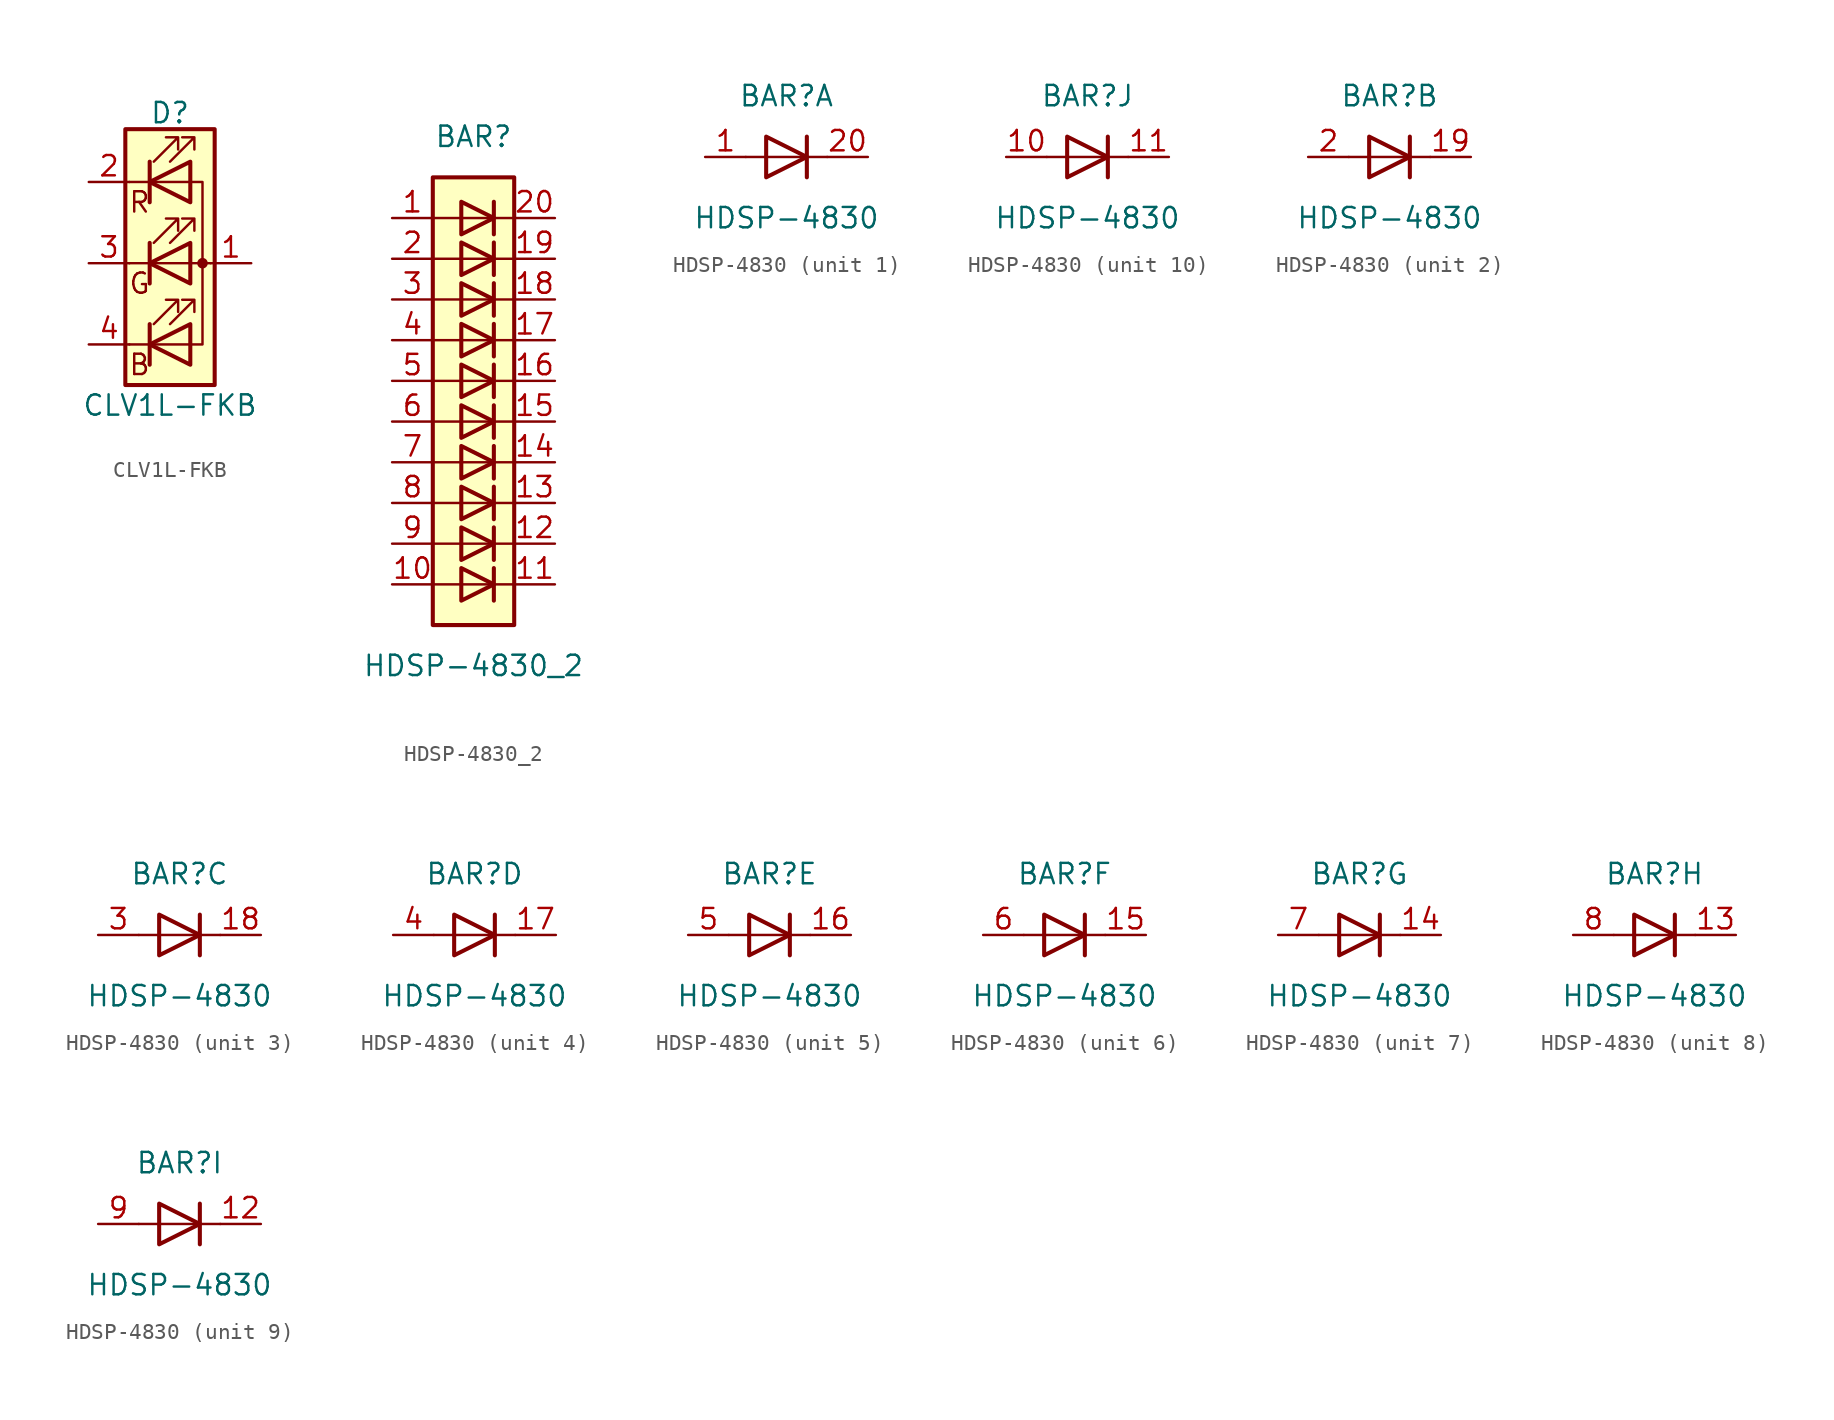
<source format=kicad_sym>
(kicad_symbol_lib
  (version 20201005)
  (generator kicad_symbol_editor)
  (symbol "CLV1L-FKB"
    (pin_names
      (offset 0) hide)
    (property "Reference" "D"
      (at 0 9.398 0)
      (effects (font (size 1.27 1.27))))
    (property "Value" "CLV1L-FKB"
      (at 0 -8.89 0)
      (effects (font (size 1.27 1.27))))
    (symbol "CLV1L-FKB_0_0"
      (text "B" (at -1.905 -6.35 0) (effects (font (size 1.27 1.27))))
      (text "G" (at -1.905 -1.27 0) (effects (font (size 1.27 1.27))))
      (text "R" (at -1.905 3.81 0) (effects (font (size 1.27 1.27)))))
    (symbol "CLV1L-FKB_0_1"
      (circle (center 2.032 0) (radius 0.254) (stroke (width 0)) (fill (type outline)))
      (rectangle (start 1.27 6.35) (end 1.27 6.35) (stroke (width 0)) (fill (type none)))
      (rectangle (start 2.794 8.382) (end -2.794 -7.62) (stroke (width 0.254)) (fill (type background)))
      (polyline (pts (xy -2.54 -5.08) (xy 1.27 -5.08)) (stroke (width 0)) (fill (type none)))
      (polyline (pts (xy -1.27 -3.81) (xy -1.27 -6.35)) (stroke (width 0.254)) (fill (type none)))
      (polyline (pts (xy -1.27 1.27) (xy -1.27 -1.27)) (stroke (width 0.254)) (fill (type none)))
      (polyline (pts (xy -1.27 6.35) (xy -1.27 3.81)) (stroke (width 0.254)) (fill (type none)))
      (polyline (pts (xy 1.27 5.08) (xy -2.54 5.08)) (stroke (width 0)) (fill (type none)))
      (polyline (pts (xy 2.54 0) (xy -2.54 0)) (stroke (width 0)) (fill (type none)))
      (polyline (pts (xy 1.27 -5.08) (xy 2.032 -5.08) (xy 2.032 5.08) (xy 1.27 5.08)) (stroke (width 0)) (fill (type none)))
      (polyline (pts (xy 1.27 -3.81) (xy 1.27 -6.35) (xy -1.27 -5.08) (xy 1.27 -3.81)) (stroke (width 0.254)) (fill (type none)))
      (polyline (pts (xy 1.27 1.27) (xy 1.27 -1.27) (xy -1.27 0) (xy 1.27 1.27)) (stroke (width 0.254)) (fill (type none)))
      (polyline (pts (xy 1.27 6.35) (xy 1.27 3.81) (xy -1.27 5.08) (xy 1.27 6.35)) (stroke (width 0.254)) (fill (type none)))
      (polyline (pts (xy -1.016 -3.81) (xy 0.508 -2.286) (xy -0.254 -2.286) (xy 0.508 -2.286) (xy 0.508 -3.048)) (stroke (width 0)) (fill (type none)))
      (polyline (pts (xy -1.016 1.27) (xy 0.508 2.794) (xy -0.254 2.794) (xy 0.508 2.794) (xy 0.508 2.032)) (stroke (width 0)) (fill (type none)))
      (polyline (pts (xy -1.016 6.35) (xy 0.508 7.874) (xy -0.254 7.874) (xy 0.508 7.874) (xy 0.508 7.112)) (stroke (width 0)) (fill (type none)))
      (polyline (pts (xy 0 -3.81) (xy 1.524 -2.286) (xy 0.762 -2.286) (xy 1.524 -2.286) (xy 1.524 -3.048)) (stroke (width 0)) (fill (type none)))
      (polyline (pts (xy 0 1.27) (xy 1.524 2.794) (xy 0.762 2.794) (xy 1.524 2.794) (xy 1.524 2.032)) (stroke (width 0)) (fill (type none)))
      (polyline (pts (xy 0 6.35) (xy 1.524 7.874) (xy 0.762 7.874) (xy 1.524 7.874) (xy 1.524 7.112)) (stroke (width 0)) (fill (type none))))
    (symbol "CLV1L-FKB_1_1"
      (pin passive line (at 5.08 0 180) (length 2.54) (name "A" (effects (font (size 1.27 1.27)))) (number "1" (effects (font (size 1.27 1.27)))))
      (pin passive line (at -5.08 5.08 0) (length 2.54) (name "RK" (effects (font (size 1.27 1.27)))) (number "2" (effects (font (size 1.27 1.27)))))
      (pin passive line (at -5.08 0 0) (length 2.54) (name "GK" (effects (font (size 1.27 1.27)))) (number "3" (effects (font (size 1.27 1.27)))))
      (pin passive line (at -5.08 -5.08 0) (length 2.54) (name "BK" (effects (font (size 1.27 1.27)))) (number "4" (effects (font (size 1.27 1.27)))))))
  (symbol "HDSP-4830_2"
    (pin_names
      (offset 1.016) hide)
    (property "Reference" "BAR"
      (at 0 15.24 0)
      (effects (font (size 1.27 1.27))))
    (property "Value" "HDSP-4830_2"
      (at 0 -17.78 0)
      (effects (font (size 1.27 1.27))))
    (symbol "HDSP-4830_2_0_1"
      (rectangle (start -2.54 12.7) (end 2.54 -15.24) (stroke (width 0.254)) (fill (type background)))
      (polyline (pts (xy -2.54 -12.7) (xy 2.54 -12.7)) (stroke (width 0)) (fill (type none)))
      (polyline (pts (xy -2.54 -10.16) (xy 2.54 -10.16)) (stroke (width 0)) (fill (type none)))
      (polyline (pts (xy -2.54 -7.62) (xy 2.54 -7.62)) (stroke (width 0)) (fill (type none)))
      (polyline (pts (xy -2.54 -5.08) (xy 2.54 -5.08)) (stroke (width 0)) (fill (type none)))
      (polyline (pts (xy -2.54 0) (xy 2.54 0)) (stroke (width 0)) (fill (type none)))
      (polyline (pts (xy -2.54 5.08) (xy 2.54 5.08)) (stroke (width 0)) (fill (type none)))
      (polyline (pts (xy -2.54 7.62) (xy 2.54 7.62)) (stroke (width 0)) (fill (type none)))
      (polyline (pts (xy -2.54 10.16) (xy 2.54 10.16)) (stroke (width 0)) (fill (type none)))
      (polyline (pts (xy 1.27 -11.684) (xy 1.27 -13.716)) (stroke (width 0.254)) (fill (type none)))
      (polyline (pts (xy 1.27 -9.144) (xy 1.27 -11.176)) (stroke (width 0.254)) (fill (type none)))
      (polyline (pts (xy 1.27 -6.604) (xy 1.27 -8.636)) (stroke (width 0.254)) (fill (type none)))
      (polyline (pts (xy 1.27 -4.064) (xy 1.27 -6.096)) (stroke (width 0.254)) (fill (type none)))
      (polyline (pts (xy 1.27 -1.524) (xy 1.27 -3.556)) (stroke (width 0.254)) (fill (type none)))
      (polyline (pts (xy 1.27 1.016) (xy 1.27 -1.016)) (stroke (width 0.254)) (fill (type none)))
      (polyline (pts (xy 1.27 3.556) (xy 1.27 1.524)) (stroke (width 0.254)) (fill (type none)))
      (polyline (pts (xy 1.27 6.096) (xy 1.27 4.064)) (stroke (width 0.254)) (fill (type none)))
      (polyline (pts (xy 1.27 8.636) (xy 1.27 6.604)) (stroke (width 0.254)) (fill (type none)))
      (polyline (pts (xy 1.27 11.176) (xy 1.27 9.144)) (stroke (width 0.254)) (fill (type none)))
      (polyline (pts (xy 2.54 -2.54) (xy -2.54 -2.54)) (stroke (width 0)) (fill (type none)))
      (polyline (pts (xy 2.54 2.54) (xy -2.54 2.54)) (stroke (width 0)) (fill (type none)))
      (polyline (pts (xy -0.762 -11.684) (xy -0.762 -13.716) (xy 1.27 -12.7) (xy -0.762 -11.684)) (stroke (width 0.254)) (fill (type none)))
      (polyline (pts (xy -0.762 -9.144) (xy -0.762 -11.176) (xy 1.27 -10.16) (xy -0.762 -9.144)) (stroke (width 0.254)) (fill (type none)))
      (polyline (pts (xy -0.762 -6.604) (xy -0.762 -8.636) (xy 1.27 -7.62) (xy -0.762 -6.604)) (stroke (width 0.254)) (fill (type none)))
      (polyline (pts (xy -0.762 -4.064) (xy -0.762 -6.096) (xy 1.27 -5.08) (xy -0.762 -4.064)) (stroke (width 0.254)) (fill (type none)))
      (polyline (pts (xy -0.762 -1.524) (xy -0.762 -3.556) (xy 1.27 -2.54) (xy -0.762 -1.524)) (stroke (width 0.254)) (fill (type none)))
      (polyline (pts (xy -0.762 1.016) (xy -0.762 -1.016) (xy 1.27 0) (xy -0.762 1.016)) (stroke (width 0.254)) (fill (type none)))
      (polyline (pts (xy -0.762 3.556) (xy -0.762 1.524) (xy 1.27 2.54) (xy -0.762 3.556)) (stroke (width 0.254)) (fill (type none)))
      (polyline (pts (xy -0.762 6.096) (xy -0.762 4.064) (xy 1.27 5.08) (xy -0.762 6.096)) (stroke (width 0.254)) (fill (type none)))
      (polyline (pts (xy -0.762 8.636) (xy -0.762 6.604) (xy 1.27 7.62) (xy -0.762 8.636)) (stroke (width 0.254)) (fill (type none)))
      (polyline (pts (xy -0.762 11.176) (xy -0.762 9.144) (xy 1.27 10.16) (xy -0.762 11.176)) (stroke (width 0.254)) (fill (type none))))
    (symbol "HDSP-4830_2_1_1"
      (pin passive line (at -5.08 10.16 0) (length 2.54) (name "A" (effects (font (size 1.27 1.27)))) (number "1" (effects (font (size 1.27 1.27)))))
      (pin passive line (at -5.08 -12.7 0) (length 2.54) (name "A" (effects (font (size 1.27 1.27)))) (number "10" (effects (font (size 1.27 1.27)))))
      (pin passive line (at 5.08 -12.7 180) (length 2.54) (name "K" (effects (font (size 1.27 1.27)))) (number "11" (effects (font (size 1.27 1.27)))))
      (pin passive line (at 5.08 -10.16 180) (length 2.54) (name "K" (effects (font (size 1.27 1.27)))) (number "12" (effects (font (size 1.27 1.27)))))
      (pin passive line (at 5.08 -7.62 180) (length 2.54) (name "K" (effects (font (size 1.27 1.27)))) (number "13" (effects (font (size 1.27 1.27)))))
      (pin passive line (at 5.08 -5.08 180) (length 2.54) (name "K" (effects (font (size 1.27 1.27)))) (number "14" (effects (font (size 1.27 1.27)))))
      (pin passive line (at 5.08 -2.54 180) (length 2.54) (name "K" (effects (font (size 1.27 1.27)))) (number "15" (effects (font (size 1.27 1.27)))))
      (pin passive line (at 5.08 0 180) (length 2.54) (name "K" (effects (font (size 1.27 1.27)))) (number "16" (effects (font (size 1.27 1.27)))))
      (pin passive line (at 5.08 2.54 180) (length 2.54) (name "K" (effects (font (size 1.27 1.27)))) (number "17" (effects (font (size 1.27 1.27)))))
      (pin passive line (at 5.08 5.08 180) (length 2.54) (name "K" (effects (font (size 1.27 1.27)))) (number "18" (effects (font (size 1.27 1.27)))))
      (pin passive line (at 5.08 7.62 180) (length 2.54) (name "K" (effects (font (size 1.27 1.27)))) (number "19" (effects (font (size 1.27 1.27)))))
      (pin passive line (at -5.08 7.62 0) (length 2.54) (name "A" (effects (font (size 1.27 1.27)))) (number "2" (effects (font (size 1.27 1.27)))))
      (pin passive line (at 5.08 10.16 180) (length 2.54) (name "K" (effects (font (size 1.27 1.27)))) (number "20" (effects (font (size 1.27 1.27)))))
      (pin passive line (at -5.08 5.08 0) (length 2.54) (name "A" (effects (font (size 1.27 1.27)))) (number "3" (effects (font (size 1.27 1.27)))))
      (pin passive line (at -5.08 2.54 0) (length 2.54) (name "A" (effects (font (size 1.27 1.27)))) (number "4" (effects (font (size 1.27 1.27)))))
      (pin passive line (at -5.08 0 0) (length 2.54) (name "A" (effects (font (size 1.27 1.27)))) (number "5" (effects (font (size 1.27 1.27)))))
      (pin passive line (at -5.08 -2.54 0) (length 2.54) (name "A" (effects (font (size 1.27 1.27)))) (number "6" (effects (font (size 1.27 1.27)))))
      (pin passive line (at -5.08 -5.08 0) (length 2.54) (name "A" (effects (font (size 1.27 1.27)))) (number "7" (effects (font (size 1.27 1.27)))))
      (pin passive line (at -5.08 -7.62 0) (length 2.54) (name "A" (effects (font (size 1.27 1.27)))) (number "8" (effects (font (size 1.27 1.27)))))
      (pin passive line (at -5.08 -10.16 0) (length 2.54) (name "A" (effects (font (size 1.27 1.27)))) (number "9" (effects (font (size 1.27 1.27)))))))
  (symbol "HDSP-4830"
    (pin_names
      (offset 1.016) hide)
    (property "Reference" "BAR"
      (at 0 3.81 0)
      (effects (font (size 1.27 1.27))))
    (property "Value" "HDSP-4830"
      (at 0 -3.81 0)
      (effects (font (size 1.27 1.27))))
    (symbol "HDSP-4830_0_1"
      (polyline (pts (xy -2.54 0) (xy 2.54 0)) (stroke (width 0)) (fill (type none)))
      (polyline (pts (xy 1.27 -1.27) (xy 1.27 1.27)) (stroke (width 0.254)) (fill (type none)))
      (polyline (pts (xy -1.27 1.27) (xy -1.27 -1.27) (xy 1.27 0) (xy -1.27 1.27)) (stroke (width 0.254)) (fill (type none))))
    (symbol "HDSP-4830_1_1"
      (pin passive line (at -5.08 0 0) (length 2.54) (name "A" (effects (font (size 1.27 1.27)))) (number "1" (effects (font (size 1.27 1.27)))))
      (pin passive line (at 5.08 0 180) (length 2.54) (name "K" (effects (font (size 1.27 1.27)))) (number "20" (effects (font (size 1.27 1.27))))))
    (symbol "HDSP-4830_2_1"
      (pin passive line (at 5.08 0 180) (length 2.54) (name "K" (effects (font (size 1.27 1.27)))) (number "19" (effects (font (size 1.27 1.27)))))
      (pin passive line (at -5.08 0 0) (length 2.54) (name "A" (effects (font (size 1.27 1.27)))) (number "2" (effects (font (size 1.27 1.27))))))
    (symbol "HDSP-4830_3_1"
      (pin passive line (at 5.08 0 180) (length 2.54) (name "K" (effects (font (size 1.27 1.27)))) (number "18" (effects (font (size 1.27 1.27)))))
      (pin passive line (at -5.08 0 0) (length 2.54) (name "A" (effects (font (size 1.27 1.27)))) (number "3" (effects (font (size 1.27 1.27))))))
    (symbol "HDSP-4830_4_1"
      (pin passive line (at 5.08 0 180) (length 2.54) (name "K" (effects (font (size 1.27 1.27)))) (number "17" (effects (font (size 1.27 1.27)))))
      (pin passive line (at -5.08 0 0) (length 2.54) (name "A" (effects (font (size 1.27 1.27)))) (number "4" (effects (font (size 1.27 1.27))))))
    (symbol "HDSP-4830_5_1"
      (pin passive line (at 5.08 0 180) (length 2.54) (name "K" (effects (font (size 1.27 1.27)))) (number "16" (effects (font (size 1.27 1.27)))))
      (pin passive line (at -5.08 0 0) (length 2.54) (name "A" (effects (font (size 1.27 1.27)))) (number "5" (effects (font (size 1.27 1.27))))))
    (symbol "HDSP-4830_6_1"
      (pin passive line (at 5.08 0 180) (length 2.54) (name "K" (effects (font (size 1.27 1.27)))) (number "15" (effects (font (size 1.27 1.27)))))
      (pin passive line (at -5.08 0 0) (length 2.54) (name "A" (effects (font (size 1.27 1.27)))) (number "6" (effects (font (size 1.27 1.27))))))
    (symbol "HDSP-4830_7_1"
      (pin passive line (at 5.08 0 180) (length 2.54) (name "K" (effects (font (size 1.27 1.27)))) (number "14" (effects (font (size 1.27 1.27)))))
      (pin passive line (at -5.08 0 0) (length 2.54) (name "A" (effects (font (size 1.27 1.27)))) (number "7" (effects (font (size 1.27 1.27))))))
    (symbol "HDSP-4830_8_1"
      (pin passive line (at 5.08 0 180) (length 2.54) (name "K" (effects (font (size 1.27 1.27)))) (number "13" (effects (font (size 1.27 1.27)))))
      (pin passive line (at -5.08 0 0) (length 2.54) (name "A" (effects (font (size 1.27 1.27)))) (number "8" (effects (font (size 1.27 1.27))))))
    (symbol "HDSP-4830_9_1"
      (pin passive line (at 5.08 0 180) (length 2.54) (name "K" (effects (font (size 1.27 1.27)))) (number "12" (effects (font (size 1.27 1.27)))))
      (pin passive line (at -5.08 0 0) (length 2.54) (name "A" (effects (font (size 1.27 1.27)))) (number "9" (effects (font (size 1.27 1.27))))))
    (symbol "HDSP-4830_10_1"
      (pin passive line (at -5.08 0 0) (length 2.54) (name "A" (effects (font (size 1.27 1.27)))) (number "10" (effects (font (size 1.27 1.27)))))
      (pin passive line (at 5.08 0 180) (length 2.54) (name "K" (effects (font (size 1.27 1.27)))) (number "11" (effects (font (size 1.27 1.27))))))))
</source>
